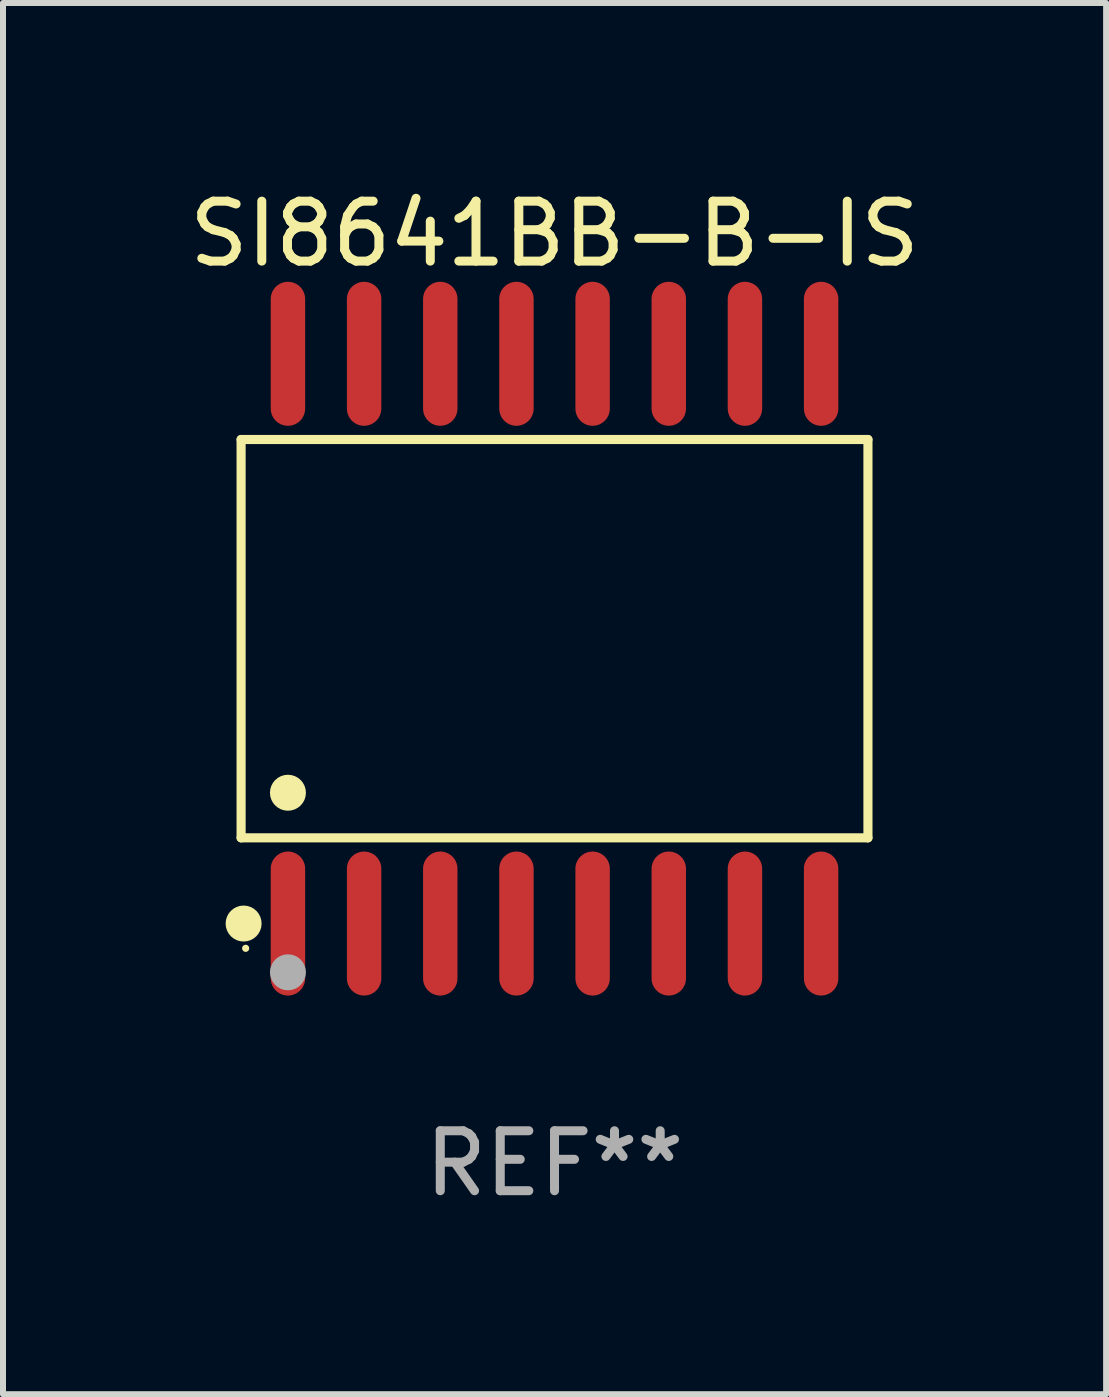
<source format=kicad_pcb>
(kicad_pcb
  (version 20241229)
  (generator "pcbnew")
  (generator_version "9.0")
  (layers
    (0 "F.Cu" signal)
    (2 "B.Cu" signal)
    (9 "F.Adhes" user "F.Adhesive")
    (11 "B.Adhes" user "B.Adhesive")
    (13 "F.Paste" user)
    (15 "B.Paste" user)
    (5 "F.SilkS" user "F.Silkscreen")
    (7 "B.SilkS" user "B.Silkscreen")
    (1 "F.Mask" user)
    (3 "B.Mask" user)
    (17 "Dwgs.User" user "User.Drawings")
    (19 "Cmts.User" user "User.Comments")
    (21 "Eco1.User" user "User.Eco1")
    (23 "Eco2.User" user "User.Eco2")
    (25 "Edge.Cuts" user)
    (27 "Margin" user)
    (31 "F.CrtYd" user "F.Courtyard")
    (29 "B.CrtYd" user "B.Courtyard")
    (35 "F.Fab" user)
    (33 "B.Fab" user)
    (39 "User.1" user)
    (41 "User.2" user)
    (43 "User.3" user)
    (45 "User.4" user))
  (footprint "SI8641BB-B-IS"
    (layer "F.Cu")
    (at 6.196 7.599)
    (property "Reference" "SI8641BB-B-IS" (at 0 -6.75 0) (layer "F.SilkS") (effects (font (size 1 1) (thickness 0.15))))
    (attr through_hole)
    (fp_line (start -5.226 -3.321) (end 5.226 -3.321) (stroke (width 0.152) (type solid)) (layer "F.SilkS"))
    (fp_line (start -5.226 3.321) (end -5.226 -3.321) (stroke (width 0.152) (type solid)) (layer "F.SilkS"))
    (fp_line (start 5.226 -3.321) (end 5.226 3.321) (stroke (width 0.152) (type solid)) (layer "F.SilkS"))
    (fp_line (start 5.226 3.321) (end -5.226 3.321) (stroke (width 0.152) (type solid)) (layer "F.SilkS"))
    (fp_circle (center -5.184 4.75) (end -5.034 4.75) (stroke (width 0.3) (type solid)) (fill no) (layer "F.SilkS"))
    (fp_circle (center -5.15 5.163) (end -5.12 5.163) (stroke (width 0.06) (type solid)) (fill no) (layer "F.SilkS"))
    (fp_circle (center -4.445 2.569) (end -4.295 2.569) (stroke (width 0.3) (type solid)) (fill no) (layer "F.SilkS"))
    (fp_circle (center -4.445 5.563) (end -4.295 5.563) (stroke (width 0.3) (type solid)) (fill no) (layer "F.Fab"))
    (fp_text user "REF**" (at 0 8.75 0) (layer "F.Fab") (effects (font (size 1 1) (thickness 0.15))))
    (pad "1" smd oval (at -4.445 4.75) (size 0.574 2.401) (layers "F.Cu" "F.Mask" "F.Paste"))
    (pad "2" smd oval (at -3.175 4.75) (size 0.574 2.401) (layers "F.Cu" "F.Mask" "F.Paste"))
    (pad "3" smd oval (at -1.905 4.75) (size 0.574 2.401) (layers "F.Cu" "F.Mask" "F.Paste"))
    (pad "4" smd oval (at -0.635 4.75) (size 0.574 2.401) (layers "F.Cu" "F.Mask" "F.Paste"))
    (pad "5" smd oval (at 0.635 4.75) (size 0.574 2.401) (layers "F.Cu" "F.Mask" "F.Paste"))
    (pad "6" smd oval (at 1.905 4.75) (size 0.574 2.401) (layers "F.Cu" "F.Mask" "F.Paste"))
    (pad "7" smd oval (at 3.175 4.75) (size 0.574 2.401) (layers "F.Cu" "F.Mask" "F.Paste"))
    (pad "8" smd oval (at 4.445 4.75) (size 0.574 2.401) (layers "F.Cu" "F.Mask" "F.Paste"))
    (pad "9" smd oval (at 4.445 -4.75) (size 0.574 2.401) (layers "F.Cu" "F.Mask" "F.Paste"))
    (pad "10" smd oval (at 3.175 -4.75) (size 0.574 2.401) (layers "F.Cu" "F.Mask" "F.Paste"))
    (pad "11" smd oval (at 1.905 -4.75) (size 0.574 2.401) (layers "F.Cu" "F.Mask" "F.Paste"))
    (pad "12" smd oval (at 0.635 -4.75) (size 0.574 2.401) (layers "F.Cu" "F.Mask" "F.Paste"))
    (pad "13" smd oval (at -0.635 -4.75) (size 0.574 2.401) (layers "F.Cu" "F.Mask" "F.Paste"))
    (pad "14" smd oval (at -1.905 -4.75) (size 0.574 2.401) (layers "F.Cu" "F.Mask" "F.Paste"))
    (pad "15" smd oval (at -3.175 -4.75) (size 0.574 2.401) (layers "F.Cu" "F.Mask" "F.Paste"))
    (pad "16" smd oval (at -4.445 -4.75) (size 0.574 2.401) (layers "F.Cu" "F.Mask" "F.Paste")))
  (gr_rect
    (start -3 -3)
    (end 15.393 20.197)
    (stroke (width 0.1) (type default))
    (fill no)
    (layer "Edge.Cuts")))
</source>
